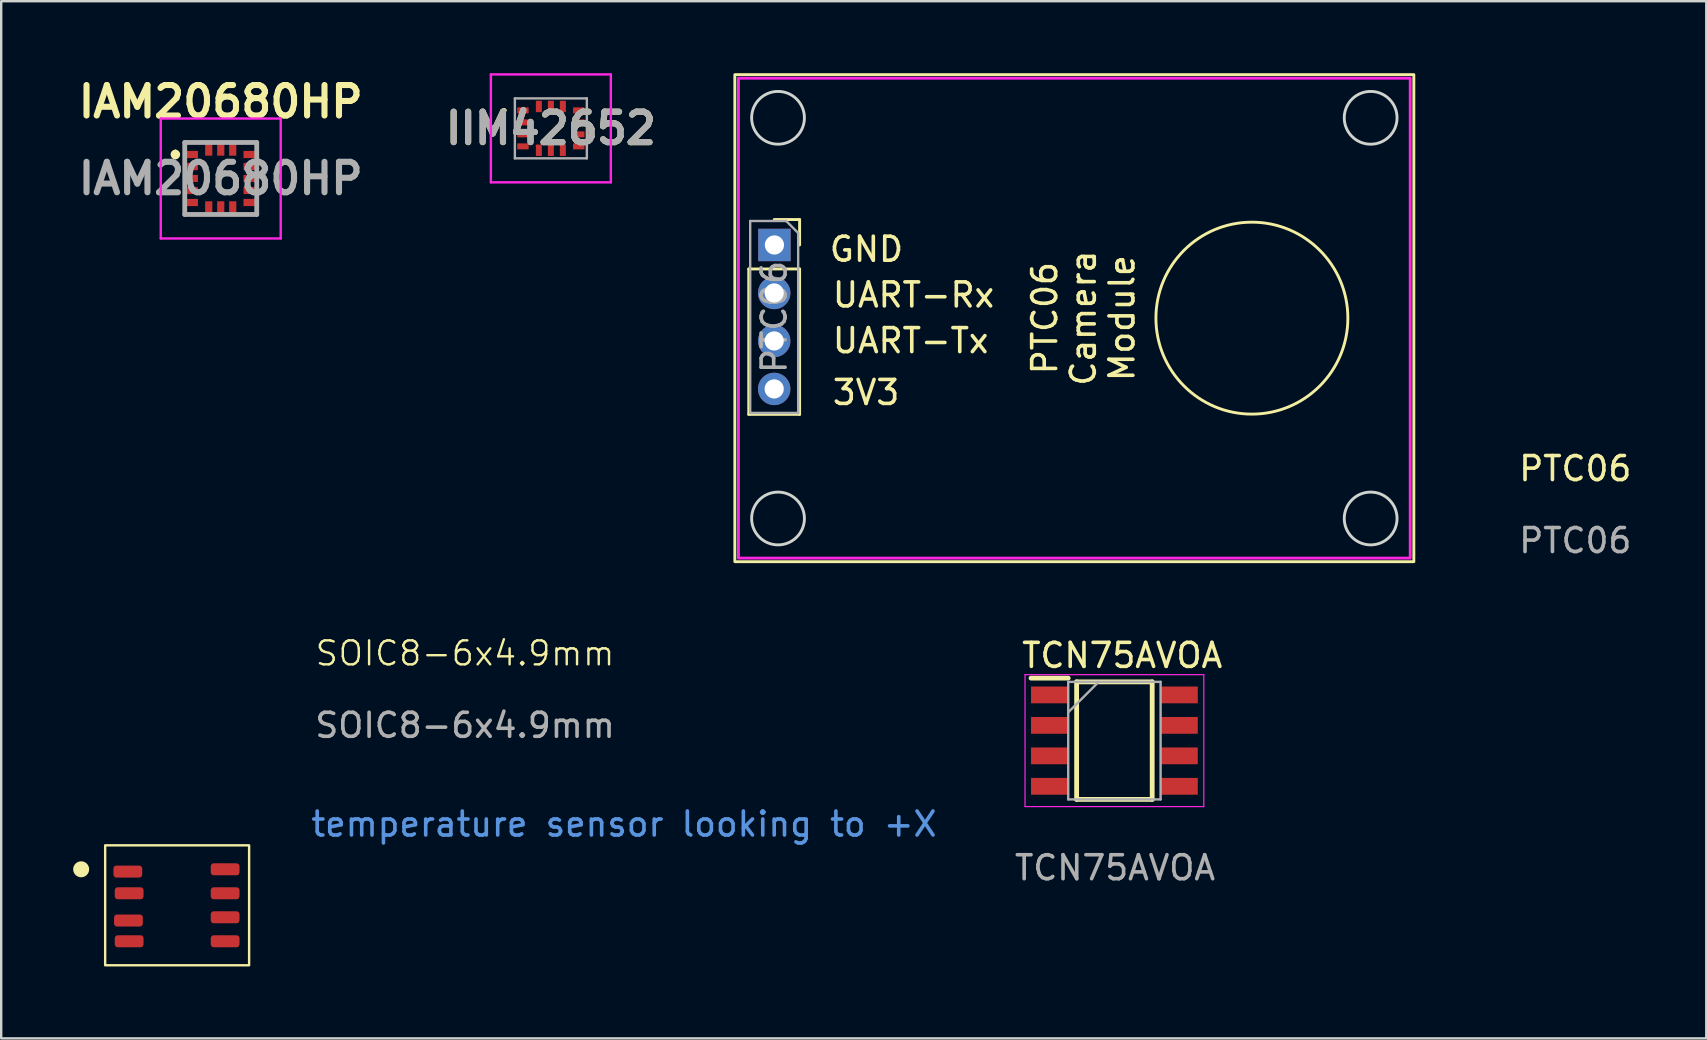
<source format=kicad_pcb>
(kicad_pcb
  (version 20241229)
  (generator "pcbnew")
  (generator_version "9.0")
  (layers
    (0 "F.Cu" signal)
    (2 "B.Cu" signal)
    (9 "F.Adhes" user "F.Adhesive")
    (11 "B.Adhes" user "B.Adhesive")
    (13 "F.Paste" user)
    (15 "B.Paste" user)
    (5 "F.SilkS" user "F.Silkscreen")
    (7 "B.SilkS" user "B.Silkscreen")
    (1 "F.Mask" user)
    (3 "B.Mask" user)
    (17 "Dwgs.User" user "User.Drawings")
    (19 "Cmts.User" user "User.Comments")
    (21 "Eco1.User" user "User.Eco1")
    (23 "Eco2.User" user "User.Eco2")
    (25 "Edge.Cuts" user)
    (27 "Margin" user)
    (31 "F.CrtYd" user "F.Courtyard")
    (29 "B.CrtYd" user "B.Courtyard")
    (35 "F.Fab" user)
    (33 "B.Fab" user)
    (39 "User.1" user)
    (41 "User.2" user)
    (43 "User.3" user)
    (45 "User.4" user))
  (footprint "SOIC8-6x4.9mm"
    (layer "F.Cu")
    (at 4.333 35.181)
    (property "Reference" "SOIC8-6x4.9mm" (at 12 -11 0) (unlocked yes) (layer "F.SilkS") (effects (font (size 1 1) (thickness 0.1))))
    (attr smd)
    (fp_rect (start -3 -3) (end 3 2) (stroke (width 0.1) (type default)) (fill no) (layer "F.SilkS"))
    (fp_circle (center -4 -2) (end -3.717 -2) (stroke (width 0.1) (type solid)) (fill yes) (layer "F.SilkS"))
    (fp_text user "temperature sensor looking to +X" (at 5.5 -3.3 0) (unlocked yes) (layer "Cmts.User") (effects (font (size 1 1) (thickness 0.15)) (justify left bottom)))
    (fp_text user "${REFERENCE}" (at 12 -8 0) (unlocked yes) (layer "F.Fab") (effects (font (size 1 1) (thickness 0.15))))
    (pad "1" smd roundrect (at -2.055 -1.905) (size 1.2 0.5) (layers "F.Cu" "F.Mask" "F.Paste") (roundrect_rratio 0.25))
    (pad "2" smd roundrect (at -2 -1) (size 1.2 0.5) (layers "F.Cu" "F.Mask" "F.Paste") (roundrect_rratio 0.25))
    (pad "3" smd roundrect (at -2.03 0.135) (size 1.2 0.5) (layers "F.Cu" "F.Mask" "F.Paste") (roundrect_rratio 0.25))
    (pad "4" smd roundrect (at -2 1) (size 1.2 0.5) (layers "F.Cu" "F.Mask" "F.Paste") (roundrect_rratio 0.25))
    (pad "5" smd roundrect (at 2 1) (size 1.2 0.5) (layers "F.Cu" "F.Mask" "F.Paste") (roundrect_rratio 0.25))
    (pad "6" smd roundrect (at 2 0) (size 1.2 0.5) (layers "F.Cu" "F.Mask" "F.Paste") (roundrect_rratio 0.25))
    (pad "7" smd roundrect (at 2 -1) (size 1.2 0.5) (layers "F.Cu" "F.Mask" "F.Paste") (roundrect_rratio 0.25))
    (pad "8" smd roundrect (at 2 -2) (size 1.2 0.5) (layers "F.Cu" "F.Mask" "F.Paste") (roundrect_rratio 0.25)))
  (footprint "TCN75AVOA"
    (layer "F.Cu")
    (at 43.372 27.768)
    (property "Reference" "TCN75AVOA" (at 0.35 -3.5 0) (unlocked yes) (layer "F.SilkS") (effects (font (size 1 1) (thickness 0.15))))
    (attr smd)
    (fp_line (start -3.45 -2.555) (end -1.9 -2.555) (stroke (width 0.2) (type solid)) (layer "F.SilkS"))
    (fp_line (start -1.55 -2.4) (end 1.6 -2.4) (stroke (width 0.2) (type solid)) (layer "F.SilkS"))
    (fp_line (start -1.55 2.5) (end -1.55 -2.4) (stroke (width 0.2) (type solid)) (layer "F.SilkS"))
    (fp_line (start 1.6 -2.4) (end 1.6 2.5) (stroke (width 0.2) (type solid)) (layer "F.SilkS"))
    (fp_line (start 1.6 2.5) (end -1.55 2.5) (stroke (width 0.2) (type solid)) (layer "F.SilkS"))
    (fp_line (start -3.7 -2.7) (end 3.75 -2.7) (stroke (width 0.05) (type solid)) (layer "F.CrtYd"))
    (fp_line (start -3.7 2.8) (end -3.7 -2.7) (stroke (width 0.05) (type solid)) (layer "F.CrtYd"))
    (fp_line (start 3.75 -2.7) (end 3.75 2.8) (stroke (width 0.05) (type solid)) (layer "F.CrtYd"))
    (fp_line (start 3.75 2.8) (end -3.7 2.8) (stroke (width 0.05) (type solid)) (layer "F.CrtYd"))
    (fp_line (start -1.9 -2.4) (end 1.95 -2.4) (stroke (width 0.1) (type solid)) (layer "F.Fab"))
    (fp_line (start -1.9 -1.13) (end -0.63 -2.4) (stroke (width 0.1) (type solid)) (layer "F.Fab"))
    (fp_line (start -1.9 2.5) (end -1.9 -2.4) (stroke (width 0.1) (type solid)) (layer "F.Fab"))
    (fp_line (start 1.95 -2.4) (end 1.95 2.5) (stroke (width 0.1) (type solid)) (layer "F.Fab"))
    (fp_line (start 1.95 2.5) (end -1.9 2.5) (stroke (width 0.1) (type solid)) (layer "F.Fab"))
    (fp_text user "${REFERENCE}" (at 0.05 5.35 0) (unlocked yes) (layer "F.Fab") (effects (font (size 1 1) (thickness 0.15))))
    (pad "1" smd rect (at -2.675 -1.855 90) (size 0.7 1.55) (layers "F.Cu" "F.Mask" "F.Paste"))
    (pad "2" smd rect (at -2.675 -0.585 90) (size 0.7 1.55) (layers "F.Cu" "F.Mask" "F.Paste"))
    (pad "3" smd rect (at -2.675 0.685 90) (size 0.7 1.55) (layers "F.Cu" "F.Mask" "F.Paste"))
    (pad "4" smd rect (at -2.675 1.955 90) (size 0.7 1.55) (layers "F.Cu" "F.Mask" "F.Paste"))
    (pad "5" smd rect (at 2.725 1.955 90) (size 0.7 1.55) (layers "F.Cu" "F.Mask" "F.Paste"))
    (pad "6" smd rect (at 2.725 0.685 90) (size 0.7 1.55) (layers "F.Cu" "F.Mask" "F.Paste"))
    (pad "7" smd rect (at 2.725 -0.585 90) (size 0.7 1.55) (layers "F.Cu" "F.Mask" "F.Paste"))
    (pad "8" smd rect (at 2.725 -1.855 90) (size 0.7 1.55) (layers "F.Cu" "F.Mask" "F.Paste")))
  (footprint "IIM42652"
    (layer "F.Cu")
    (at 19.909 2.3)
    (property "Reference" "IIM42652" (at 0 0 0) (layer "F.SilkS") (effects (font (size 1.27 1.27) (thickness 0.254))))
    (attr smd)
    (fp_line (start -2 -0.75) (end -2 -0.75) (stroke (width 0.1) (type solid)) (layer "F.SilkS"))
    (fp_line (start -1.9 -0.75) (end -1.9 -0.75) (stroke (width 0.1) (type solid)) (layer "F.SilkS"))
    (fp_arc (start -2 -0.75) (mid -1.95 -0.8) (end -1.9 -0.75) (stroke (width 0.1) (type solid)) (layer "F.SilkS"))
    (fp_arc (start -1.9 -0.75) (mid -1.95 -0.7) (end -2 -0.75) (stroke (width 0.1) (type solid)) (layer "F.SilkS"))
    (fp_line (start -2.5 -2.25) (end 2.5 -2.25) (stroke (width 0.1) (type solid)) (layer "F.CrtYd"))
    (fp_line (start -2.5 2.25) (end -2.5 -2.25) (stroke (width 0.1) (type solid)) (layer "F.CrtYd"))
    (fp_line (start 2.5 -2.25) (end 2.5 2.25) (stroke (width 0.1) (type solid)) (layer "F.CrtYd"))
    (fp_line (start 2.5 2.25) (end -2.5 2.25) (stroke (width 0.1) (type solid)) (layer "F.CrtYd"))
    (fp_line (start -1.5 -1.25) (end 1.5 -1.25) (stroke (width 0.1) (type solid)) (layer "F.Fab"))
    (fp_line (start -1.5 1.25) (end -1.5 -1.25) (stroke (width 0.1) (type solid)) (layer "F.Fab"))
    (fp_line (start 1.5 -1.25) (end 1.5 1.25) (stroke (width 0.1) (type solid)) (layer "F.Fab"))
    (fp_line (start 1.5 1.25) (end -1.5 1.25) (stroke (width 0.1) (type solid)) (layer "F.Fab"))
    (fp_text user "${REFERENCE}" (at 0 0 0) (layer "F.Fab") (effects (font (size 1.27 1.27) (thickness 0.254))))
    (pad "1" smd rect (at -1.163 -0.75 90) (size 0.25 0.475) (layers "F.Cu" "F.Mask" "F.Paste"))
    (pad "2" smd rect (at -1.163 -0.25 90) (size 0.25 0.475) (layers "F.Cu" "F.Mask" "F.Paste"))
    (pad "3" smd rect (at -1.163 0.25 90) (size 0.25 0.475) (layers "F.Cu" "F.Mask" "F.Paste"))
    (pad "4" smd rect (at -1.163 0.75 90) (size 0.25 0.475) (layers "F.Cu" "F.Mask" "F.Paste"))
    (pad "5" smd rect (at -0.5 0.913) (size 0.25 0.475) (layers "F.Cu" "F.Mask" "F.Paste"))
    (pad "6" smd rect (at 0 0.913) (size 0.25 0.475) (layers "F.Cu" "F.Mask" "F.Paste"))
    (pad "7" smd rect (at 0.5 0.913) (size 0.25 0.475) (layers "F.Cu" "F.Mask" "F.Paste"))
    (pad "8" smd rect (at 1.163 0.75 90) (size 0.25 0.475) (layers "F.Cu" "F.Mask" "F.Paste"))
    (pad "9" smd rect (at 1.163 0.25 90) (size 0.25 0.475) (layers "F.Cu" "F.Mask" "F.Paste"))
    (pad "10" smd rect (at 1.163 -0.25 90) (size 0.25 0.475) (layers "F.Cu" "F.Mask" "F.Paste"))
    (pad "11" smd rect (at 1.163 -0.75 90) (size 0.25 0.475) (layers "F.Cu" "F.Mask" "F.Paste"))
    (pad "12" smd rect (at 0.5 -0.913) (size 0.25 0.475) (layers "F.Cu" "F.Mask" "F.Paste"))
    (pad "13" smd rect (at 0 -0.913) (size 0.25 0.475) (layers "F.Cu" "F.Mask" "F.Paste"))
    (pad "14" smd rect (at -0.5 -0.913) (size 0.25 0.475) (layers "F.Cu" "F.Mask" "F.Paste")))
  (footprint "IAM20680HP"
    (layer "F.Cu")
    (at 6.15 4.389)
    (property "Reference" "IAM20680HP" (at 0 -3.2 0) (layer "F.SilkS") (effects (font (size 1.27 1.27) (thickness 0.254))))
    (attr smd)
    (fp_line (start -1.891 -1.1) (end -1.891 -1.1) (stroke (width 0.2) (type solid)) (layer "F.SilkS"))
    (fp_line (start -1.891 -0.9) (end -1.891 -0.9) (stroke (width 0.2) (type solid)) (layer "F.SilkS"))
    (fp_arc (start -1.891 -1.1) (mid -1.791 -1) (end -1.891 -0.9) (stroke (width 0.2) (type solid)) (layer "F.SilkS"))
    (fp_arc (start -1.891 -0.9) (mid -1.991 -1) (end -1.891 -1.1) (stroke (width 0.2) (type solid)) (layer "F.SilkS"))
    (fp_line (start -2.5 -2.5) (end 2.5 -2.5) (stroke (width 0.1) (type solid)) (layer "F.CrtYd"))
    (fp_line (start -2.5 2.5) (end -2.5 -2.5) (stroke (width 0.1) (type solid)) (layer "F.CrtYd"))
    (fp_line (start 2.5 -2.5) (end 2.5 2.5) (stroke (width 0.1) (type solid)) (layer "F.CrtYd"))
    (fp_line (start 2.5 2.5) (end -2.5 2.5) (stroke (width 0.1) (type solid)) (layer "F.CrtYd"))
    (fp_line (start -1.5 -1.5) (end 1.5 -1.5) (stroke (width 0.2) (type solid)) (layer "F.Fab"))
    (fp_line (start -1.5 1.5) (end -1.5 -1.5) (stroke (width 0.2) (type solid)) (layer "F.Fab"))
    (fp_line (start 1.5 -1.5) (end 1.5 1.5) (stroke (width 0.2) (type solid)) (layer "F.Fab"))
    (fp_line (start 1.5 1.5) (end -1.5 1.5) (stroke (width 0.2) (type solid)) (layer "F.Fab"))
    (fp_text user "${REFERENCE}" (at 0 0 0) (layer "F.Fab") (effects (font (size 1.27 1.27) (thickness 0.254))))
    (pad "1" smd rect (at -1.2 -1 90) (size 0.3 0.5) (layers "F.Cu" "F.Mask" "F.Paste"))
    (pad "2" smd rect (at -1.2 -0.5 90) (size 0.3 0.5) (layers "F.Cu" "F.Mask" "F.Paste"))
    (pad "3" smd rect (at -1.2 0 90) (size 0.3 0.5) (layers "F.Cu" "F.Mask" "F.Paste"))
    (pad "4" smd rect (at -1.2 0.5 90) (size 0.3 0.5) (layers "F.Cu" "F.Mask" "F.Paste"))
    (pad "5" smd rect (at -1.2 1 90) (size 0.3 0.5) (layers "F.Cu" "F.Mask" "F.Paste"))
    (pad "6" smd rect (at -0.5 1.2) (size 0.3 0.5) (layers "F.Cu" "F.Mask" "F.Paste"))
    (pad "7" smd rect (at 0 1.2) (size 0.3 0.5) (layers "F.Cu" "F.Mask" "F.Paste"))
    (pad "8" smd rect (at 0.5 1.2) (size 0.3 0.5) (layers "F.Cu" "F.Mask" "F.Paste"))
    (pad "9" smd rect (at 1.2 1 90) (size 0.3 0.5) (layers "F.Cu" "F.Mask" "F.Paste"))
    (pad "10" smd rect (at 1.2 0.5 90) (size 0.3 0.5) (layers "F.Cu" "F.Mask" "F.Paste"))
    (pad "11" smd rect (at 1.2 0 90) (size 0.3 0.5) (layers "F.Cu" "F.Mask" "F.Paste"))
    (pad "12" smd rect (at 1.2 -0.5 90) (size 0.3 0.5) (layers "F.Cu" "F.Mask" "F.Paste"))
    (pad "13" smd rect (at 1.2 -1 90) (size 0.3 0.5) (layers "F.Cu" "F.Mask" "F.Paste"))
    (pad "14" smd rect (at 0.5 -1.2) (size 0.3 0.5) (layers "F.Cu" "F.Mask" "F.Paste"))
    (pad "15" smd rect (at 0 -1.2) (size 0.3 0.5) (layers "F.Cu" "F.Mask" "F.Paste"))
    (pad "16" smd rect (at -0.5 -1.2) (size 0.3 0.5) (layers "F.Cu" "F.Mask" "F.Paste")))
  (footprint "PTC06"
    (layer "F.Cu")
    (at 41.727 10.21)
    (property "Reference" "PTC06" (at 20.879 6.272 0) (unlocked yes) (layer "F.SilkS") (effects (font (size 1 1) (thickness 0.15))))
    (attr through_hole)
    (fp_line (start -13.57 -2.05) (end -13.57 4.01) (stroke (width 0.12) (type solid)) (layer "F.SilkS"))
    (fp_line (start -13.57 -2.05) (end -11.45 -2.05) (stroke (width 0.12) (type solid)) (layer "F.SilkS"))
    (fp_line (start -13.57 4.01) (end -11.45 4.01) (stroke (width 0.12) (type solid)) (layer "F.SilkS"))
    (fp_line (start -12.51 -4.11) (end -11.45 -4.11) (stroke (width 0.12) (type solid)) (layer "F.SilkS"))
    (fp_line (start -11.45 -4.11) (end -11.45 -3.05) (stroke (width 0.12) (type solid)) (layer "F.SilkS"))
    (fp_line (start -11.45 -2.05) (end -11.45 4.01) (stroke (width 0.12) (type solid)) (layer "F.SilkS"))
    (fp_rect (start -14.15 -10.15) (end 14.15 10.15) (stroke (width 0.12) (type default)) (fill no) (layer "F.SilkS"))
    (fp_circle (center 7.4 0) (end 11.4 0) (stroke (width 0.12) (type solid)) (fill no) (layer "F.SilkS"))
    (fp_circle (center -12.35 -8.35) (end -11.25 -8.35) (stroke (width 0.12) (type solid)) (fill no) (layer "Edge.Cuts"))
    (fp_circle (center -12.35 8.35) (end -11.25 8.35) (stroke (width 0.12) (type solid)) (fill no) (layer "Edge.Cuts"))
    (fp_circle (center 12.35 -8.35) (end 13.45 -8.35) (stroke (width 0.12) (type solid)) (fill no) (layer "Edge.Cuts"))
    (fp_circle (center 12.35 8.35) (end 13.45 8.35) (stroke (width 0.12) (type solid)) (fill no) (layer "Edge.Cuts"))
    (fp_rect (start -14 -10) (end 14 10) (stroke (width 0.12) (type solid)) (fill no) (layer "F.CrtYd"))
    (fp_line (start -13.51 -4.05) (end -12.01 -4.05) (stroke (width 0.1) (type solid)) (layer "F.Fab"))
    (fp_line (start -13.51 3.95) (end -13.51 -4.05) (stroke (width 0.1) (type solid)) (layer "F.Fab"))
    (fp_line (start -12.01 -4.05) (end -11.51 -3.55) (stroke (width 0.1) (type solid)) (layer "F.Fab"))
    (fp_line (start -11.51 -3.55) (end -11.51 3.95) (stroke (width 0.1) (type solid)) (layer "F.Fab"))
    (fp_line (start -11.51 3.95) (end -13.51 3.95) (stroke (width 0.1) (type solid)) (layer "F.Fab"))
    (fp_text user "3V3" (at -10.16 3.683 0) (unlocked yes) (layer "F.SilkS") (effects (font (size 1 1) (thickness 0.15)) (justify left bottom)))
    (fp_text user "UART-Tx" (at -10.16 1.524 0) (unlocked yes) (layer "F.SilkS") (effects (font (size 1 1) (thickness 0.15)) (justify left bottom)))
    (fp_text user "UART-Rx" (at -10.16 -0.381 0) (unlocked yes) (layer "F.SilkS") (effects (font (size 1 1) (thickness 0.15)) (justify left bottom)))
    (fp_text user "GND" (at -10.287 -2.286 0) (unlocked yes) (layer "F.SilkS") (effects (font (size 1 1) (thickness 0.15)) (justify left bottom)))
    (fp_text user "${REFERENCE}" (at -12.51 -0.05 90) (layer "F.Fab") (effects (font (size 1 1) (thickness 0.15))))
    (fp_text user "${REFERENCE}" (at 20.879 9.272 0) (unlocked yes) (layer "F.Fab") (effects (font (size 1 1) (thickness 0.15))))
    (fp_text_box "PTC06 Camera Module" (start -2.569 5.08) (end 3.4 -5.08) (margins 0.75 0.75 0.75 0.75) (angle 90) (layer "F.SilkS") (effects (font (size 1 1) (thickness 0.15)) (justify top)) (border no) (stroke (width -0.000001) (type solid)))
    (pad "1" thru_hole rect (at -12.5 -3.05) (size 1.35 1.35) (drill 0.8) (layers "*.Cu" "*.Mask"))
    (pad "2" thru_hole oval (at -12.51 -1.05) (size 1.35 1.35) (drill 0.8) (layers "*.Cu" "*.Mask"))
    (pad "3" thru_hole oval (at -12.51 0.95) (size 1.35 1.35) (drill 0.8) (layers "*.Cu" "*.Mask"))
    (pad "4" thru_hole oval (at -12.51 2.95) (size 1.35 1.35) (drill 0.8) (layers "*.Cu" "*.Mask")))
  (gr_rect
    (start -3 -3)
    (end 68.065 40.23)
    (stroke (width 0.1) (type default))
    (fill no)
    (layer "Edge.Cuts")))
</source>
